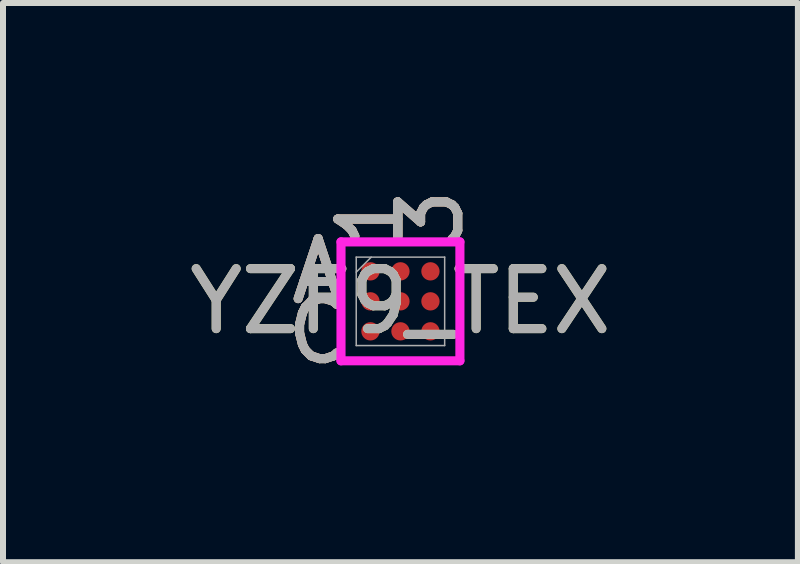
<source format=kicad_pcb>
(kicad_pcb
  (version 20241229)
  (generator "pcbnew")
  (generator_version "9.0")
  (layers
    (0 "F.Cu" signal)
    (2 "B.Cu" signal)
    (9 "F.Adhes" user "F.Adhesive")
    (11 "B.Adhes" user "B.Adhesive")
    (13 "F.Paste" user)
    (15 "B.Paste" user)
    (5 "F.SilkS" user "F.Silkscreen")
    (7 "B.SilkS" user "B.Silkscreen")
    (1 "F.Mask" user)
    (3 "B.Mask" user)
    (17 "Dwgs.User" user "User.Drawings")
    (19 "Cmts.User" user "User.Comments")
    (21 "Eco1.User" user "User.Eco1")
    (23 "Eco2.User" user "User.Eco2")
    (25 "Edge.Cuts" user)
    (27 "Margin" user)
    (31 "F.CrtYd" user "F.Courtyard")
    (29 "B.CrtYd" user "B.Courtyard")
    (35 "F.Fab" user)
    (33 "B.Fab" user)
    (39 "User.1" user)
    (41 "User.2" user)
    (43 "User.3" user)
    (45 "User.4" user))
  (footprint "YZF9_TEX"
    (layer "F.Cu")
    (at 3.625 1.973)
    (property "Reference" "YZF9_TEX" (at 0 0 0) (unlocked yes) (layer "F.SilkS") (effects (font (size 1 1) (thickness 0.15))))
    (attr smd)
    (fp_poly (pts (xy -1.194 -1.194) (xy 1.194 -1.194) (xy 1.194 1.194) (xy -1.194 1.194)) (stroke (width 0.1) (type solid)) (fill no) (layer "Eco2.User"))
    (fp_line (start -0.991 -0.991) (end 0.991 -0.991) (stroke (width 0.152) (type solid)) (layer "F.CrtYd"))
    (fp_line (start -0.991 0.991) (end -0.991 -0.991) (stroke (width 0.152) (type solid)) (layer "F.CrtYd"))
    (fp_line (start 0.991 -0.991) (end 0.991 0.991) (stroke (width 0.152) (type solid)) (layer "F.CrtYd"))
    (fp_line (start 0.991 0.991) (end -0.991 0.991) (stroke (width 0.152) (type solid)) (layer "F.CrtYd"))
    (fp_line (start -0.737 -0.737) (end -0.737 0.737) (stroke (width 0.025) (type solid)) (layer "F.Fab"))
    (fp_line (start -0.737 0.737) (end 0.737 0.737) (stroke (width 0.025) (type solid)) (layer "F.Fab"))
    (fp_line (start -0.487 -0.737) (end -0.737 -0.487) (stroke (width 0.025) (type solid)) (layer "F.Fab"))
    (fp_line (start 0.737 -0.737) (end -0.737 -0.737) (stroke (width 0.025) (type solid)) (layer "F.Fab"))
    (fp_line (start 0.737 0.737) (end 0.737 -0.737) (stroke (width 0.025) (type solid)) (layer "F.Fab"))
    (fp_text user "A" (at -1.372 -0.5 0) (unlocked yes) (layer "F.SilkS") (effects (font (size 1 1) (thickness 0.15))))
    (fp_text user "3" (at 0.5 -1.372 90) (unlocked yes) (layer "F.SilkS") (effects (font (size 1 1) (thickness 0.15))))
    (fp_text user "1" (at -0.5 -1.372 90) (unlocked yes) (layer "F.SilkS") (effects (font (size 1 1) (thickness 0.15))))
    (fp_text user "C" (at -1.372 0.5 0) (unlocked yes) (layer "F.SilkS") (effects (font (size 1 1) (thickness 0.15))))
    (fp_text user "A" (at -1.372 -0.5 0) (unlocked yes) (layer "B.SilkS") (effects (font (size 1 1) (thickness 0.15))))
    (fp_text user "1" (at -0.5 -1.372 90) (unlocked yes) (layer "B.SilkS") (effects (font (size 1 1) (thickness 0.15))))
    (fp_text user "3" (at 0.5 -1.372 90) (unlocked yes) (layer "B.SilkS") (effects (font (size 1 1) (thickness 0.15))))
    (fp_text user "C" (at -1.372 0.5 0) (unlocked yes) (layer "B.SilkS") (effects (font (size 1 1) (thickness 0.15))))
    (fp_text user "A" (at -1.372 -0.5 0) (unlocked yes) (layer "F.Fab") (effects (font (size 1 1) (thickness 0.15))))
    (fp_text user "1" (at -0.5 -1.372 90) (unlocked yes) (layer "F.Fab") (effects (font (size 1 1) (thickness 0.15))))
    (fp_text user "C" (at -1.372 0.5 0) (unlocked yes) (layer "F.Fab") (effects (font (size 1 1) (thickness 0.15))))
    (fp_text user "${REFERENCE}" (at 0 0 0) (unlocked yes) (layer "F.Fab") (effects (font (size 1 1) (thickness 0.15))))
    (fp_text user "3" (at 0.5 -1.372 90) (unlocked yes) (layer "F.Fab") (effects (font (size 1 1) (thickness 0.15))))
    (pad "A1" smd circle (at -0.5 -0.5) (size 0.305 0.305) (layers "F.Cu" "F.Mask" "F.Paste"))
    (pad "A2" smd circle (at 0 -0.5) (size 0.305 0.305) (layers "F.Cu" "F.Mask" "F.Paste"))
    (pad "A3" smd circle (at 0.5 -0.5) (size 0.305 0.305) (layers "F.Cu" "F.Mask" "F.Paste"))
    (pad "B1" smd circle (at -0.5 0) (size 0.305 0.305) (layers "F.Cu" "F.Mask" "F.Paste"))
    (pad "B2" smd circle (at 0 0) (size 0.305 0.305) (layers "F.Cu" "F.Mask" "F.Paste"))
    (pad "B3" smd circle (at 0.5 0) (size 0.305 0.305) (layers "F.Cu" "F.Mask" "F.Paste"))
    (pad "C1" smd circle (at -0.5 0.5) (size 0.305 0.305) (layers "F.Cu" "F.Mask" "F.Paste"))
    (pad "C2" smd circle (at 0 0.5) (size 0.305 0.305) (layers "F.Cu" "F.Mask" "F.Paste"))
    (pad "C3" smd circle (at 0.5 0.5) (size 0.305 0.305) (layers "F.Cu" "F.Mask" "F.Paste")))
  (gr_rect
    (start -3 -3)
    (end 10.25 6.321)
    (stroke (width 0.1) (type default))
    (fill no)
    (layer "Edge.Cuts")))
</source>
